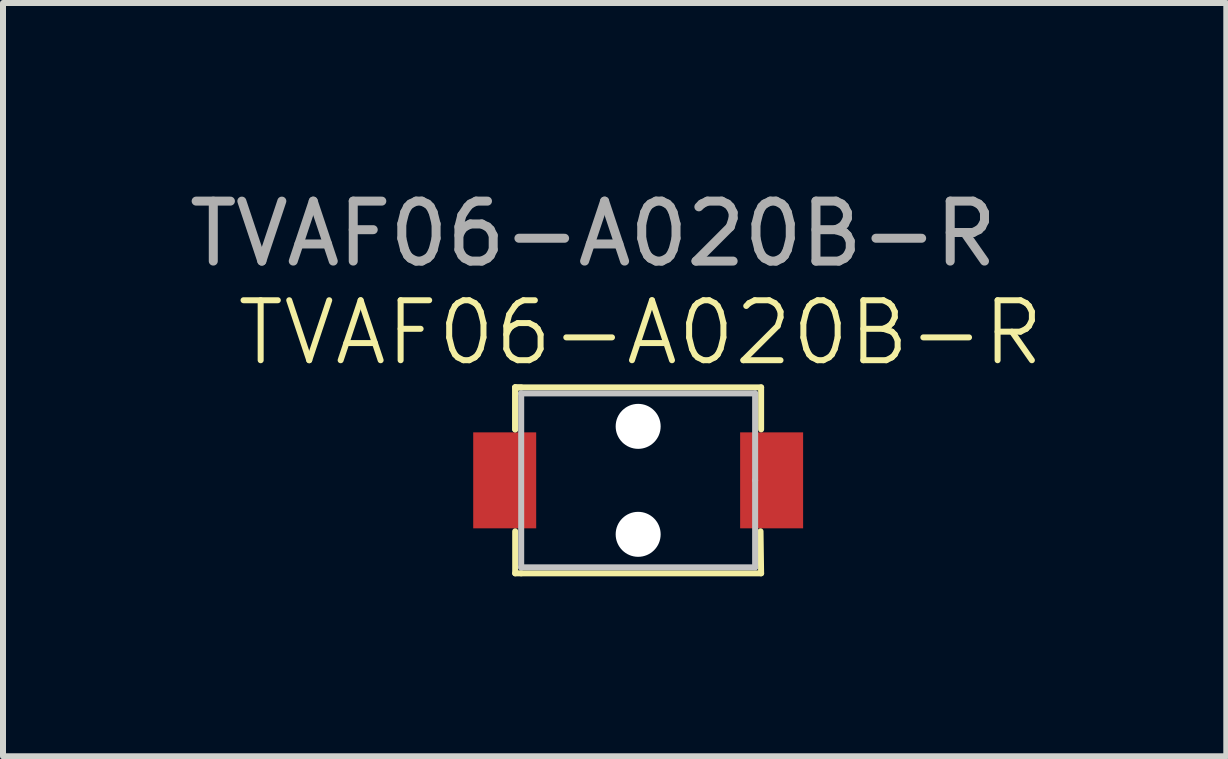
<source format=kicad_pcb>
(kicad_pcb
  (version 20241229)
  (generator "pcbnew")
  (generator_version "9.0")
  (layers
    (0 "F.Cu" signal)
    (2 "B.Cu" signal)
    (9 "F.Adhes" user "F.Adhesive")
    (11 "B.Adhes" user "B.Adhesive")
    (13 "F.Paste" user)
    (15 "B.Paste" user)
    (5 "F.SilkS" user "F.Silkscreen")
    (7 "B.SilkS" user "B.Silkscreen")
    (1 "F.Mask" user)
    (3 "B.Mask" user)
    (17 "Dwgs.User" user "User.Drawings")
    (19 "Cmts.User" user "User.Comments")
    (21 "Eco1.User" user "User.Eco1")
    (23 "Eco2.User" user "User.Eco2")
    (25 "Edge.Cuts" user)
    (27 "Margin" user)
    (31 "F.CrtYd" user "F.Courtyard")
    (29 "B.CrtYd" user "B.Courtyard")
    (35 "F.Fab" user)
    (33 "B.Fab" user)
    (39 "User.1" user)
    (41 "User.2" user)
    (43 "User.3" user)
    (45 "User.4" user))
  (footprint "TVAF06-A020B-R"
    (layer "F.Cu")
    (at 5.339 4.958)
    (property "Reference" "TVAF06-A020B-R" (at 2.29 -2.46 0) (unlocked yes) (layer "F.SilkS") (effects (font (size 1 1) (thickness 0.1))))
    (attr smd)
    (fp_line (start 0.2 -1.55) (end 0.2 -0.85) (stroke (width 0.1) (type default)) (layer "F.SilkS"))
    (fp_line (start 0.2 -1.55) (end 4.3 -1.55) (stroke (width 0.1) (type default)) (layer "F.SilkS"))
    (fp_line (start 0.2 -0.85) (end 0.2 -1.55) (stroke (width 0.1) (type default)) (layer "F.SilkS"))
    (fp_line (start 0.2 1.55) (end 0.2 0.85) (stroke (width 0.1) (type default)) (layer "F.SilkS"))
    (fp_line (start 0.3 -1.55) (end 0.2 -1.55) (stroke (width 0.1) (type default)) (layer "F.SilkS"))
    (fp_line (start 0.3 1.55) (end 0.2 1.55) (stroke (width 0.1) (type default)) (layer "F.SilkS"))
    (fp_line (start 0.3 1.55) (end 4.3 1.55) (stroke (width 0.1) (type default)) (layer "F.SilkS"))
    (fp_line (start 4.3 -1.55) (end 4.3 -0.85) (stroke (width 0.1) (type default)) (layer "F.SilkS"))
    (fp_line (start 4.3 1.55) (end 4.29 0.85) (stroke (width 0.1) (type default)) (layer "F.SilkS"))
    (fp_line (start 0.3 -1.45) (end 0.3 1.45) (stroke (width 0.1) (type default)) (layer "Dwgs.User"))
    (fp_line (start 0.3 1.45) (end 4.2 1.45) (stroke (width 0.1) (type default)) (layer "Dwgs.User"))
    (fp_line (start 4.2 -1.45) (end 0.3 -1.45) (stroke (width 0.1) (type default)) (layer "Dwgs.User"))
    (fp_line (start 4.2 0) (end 4.2 -1.45) (stroke (width 0.1) (type default)) (layer "Dwgs.User"))
    (fp_line (start 4.2 1.45) (end 4.2 0) (stroke (width 0.1) (type default)) (layer "Dwgs.User"))
    (fp_text user "${REFERENCE}" (at 1.5 -4.11 0) (unlocked yes) (layer "F.Fab") (effects (font (size 1 1) (thickness 0.15))))
    (pad "" np_thru_hole circle (at 2.25 -0.9) (size 0.75 0.75) (drill 0.75) (layers "*.Cu" "*.Mask"))
    (pad "" np_thru_hole circle (at 2.25 0.9) (size 0.75 0.75) (drill 0.75) (layers "*.Cu" "*.Mask"))
    (pad "1" smd rect (at 0.025 0) (size 1.05 1.6) (layers "F.Cu" "F.Mask" "F.Paste"))
    (pad "2" smd rect (at 4.475 0 180) (size 1.05 1.6) (layers "F.Cu" "F.Mask" "F.Paste")))
  (gr_rect
    (start -3 -3)
    (end 17.394 9.558)
    (stroke (width 0.1) (type default))
    (fill no)
    (layer "Edge.Cuts")))
</source>
